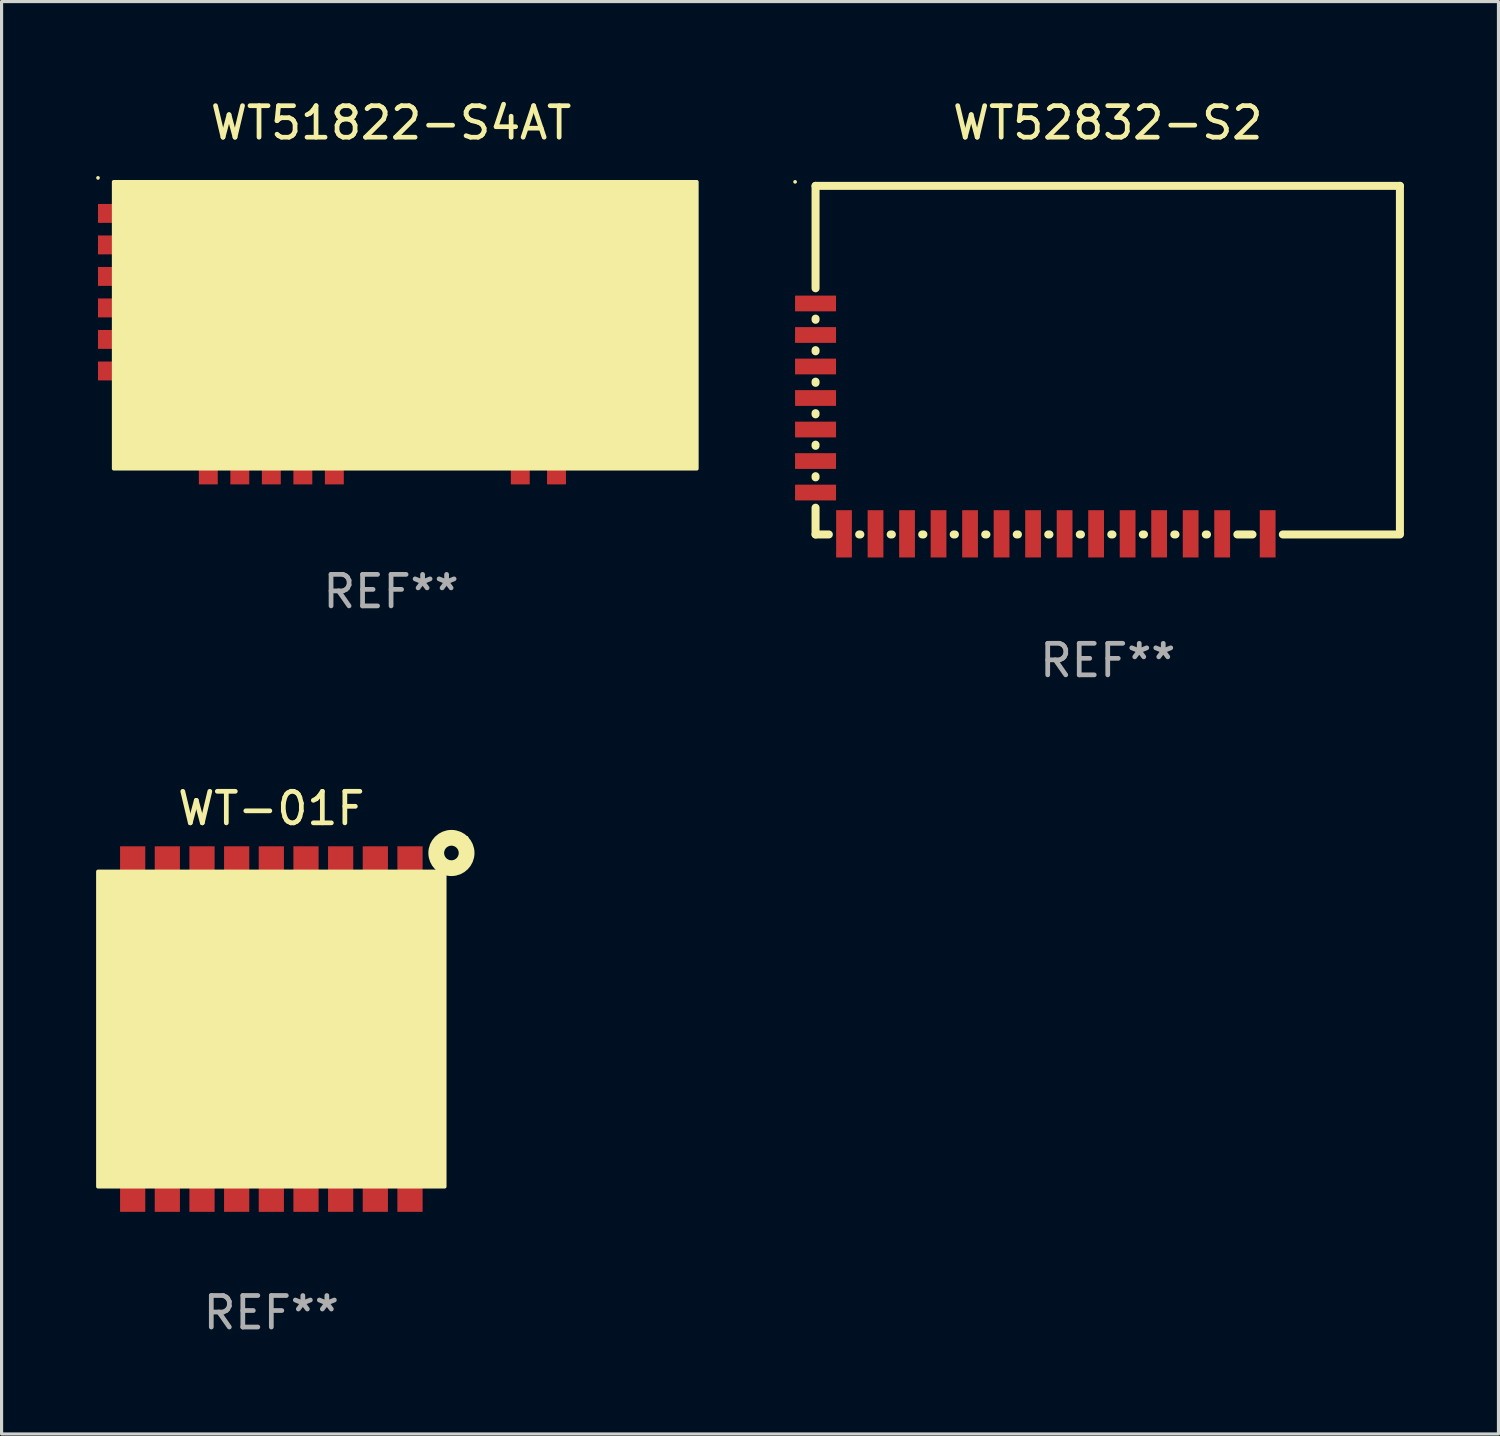
<source format=kicad_pcb>
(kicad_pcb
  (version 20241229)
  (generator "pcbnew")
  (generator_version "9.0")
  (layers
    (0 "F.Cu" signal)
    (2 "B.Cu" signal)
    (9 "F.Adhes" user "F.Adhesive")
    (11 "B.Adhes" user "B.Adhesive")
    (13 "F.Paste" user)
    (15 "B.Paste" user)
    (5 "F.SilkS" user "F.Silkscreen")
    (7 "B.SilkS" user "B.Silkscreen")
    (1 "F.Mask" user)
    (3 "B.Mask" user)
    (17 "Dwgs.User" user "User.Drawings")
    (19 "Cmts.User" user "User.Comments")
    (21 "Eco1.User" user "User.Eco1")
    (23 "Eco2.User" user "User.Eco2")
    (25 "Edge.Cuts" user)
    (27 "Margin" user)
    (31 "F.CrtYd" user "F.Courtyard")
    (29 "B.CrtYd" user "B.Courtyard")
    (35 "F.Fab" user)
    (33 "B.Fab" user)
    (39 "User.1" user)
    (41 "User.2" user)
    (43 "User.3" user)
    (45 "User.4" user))
  (footprint "WT-01F"
    (layer "F.Cu")
    (at 5.56 29.606)
    (property "Reference" "WT-01F" (at 0 -7 0) (layer "F.SilkS") (effects (font (size 1 1) (thickness 0.15))))
    (attr through_hole)
    (fp_circle (center 5.715 -5.588) (end 5.947 -5.588) (stroke (width 0.5) (type solid)) (fill no) (layer "F.SilkS"))
    (fp_circle (center 6.197 -6.07) (end 6.227 -6.07) (stroke (width 0.06) (type solid)) (fill no) (layer "F.SilkS"))
    (fp_poly (pts (xy -5.5 -5) (xy 5.5 -5) (xy 5.5 5) (xy -5.5 5)) (stroke (width 0.12) (type solid)) (fill yes) (layer "F.SilkS"))
    (fp_text user "WIFI" (at -3.761 -1.687 0) (layer "B.Mask") (effects (font (size 1 1) (thickness 0.15))))
    (fp_text user "REF**" (at 0 9 0) (layer "F.Fab") (effects (font (size 1 1) (thickness 0.15))))
    (pad "1" smd rect (at 4.4 -5 90) (size 1.6 0.8) (layers "F.Cu" "F.Mask" "F.Paste"))
    (pad "2" smd rect (at 3.3 -5 90) (size 1.6 0.8) (layers "F.Cu" "F.Mask" "F.Paste"))
    (pad "3" smd rect (at 2.2 -5 90) (size 1.6 0.8) (layers "F.Cu" "F.Mask" "F.Paste"))
    (pad "4" smd rect (at 1.1 -5 90) (size 1.6 0.8) (layers "F.Cu" "F.Mask" "F.Paste"))
    (pad "5" smd rect (at 0 -5 90) (size 1.6 0.8) (layers "F.Cu" "F.Mask" "F.Paste"))
    (pad "6" smd rect (at -1.1 -5 90) (size 1.6 0.8) (layers "F.Cu" "F.Mask" "F.Paste"))
    (pad "7" smd rect (at -2.2 -5 90) (size 1.6 0.8) (layers "F.Cu" "F.Mask" "F.Paste"))
    (pad "8" smd rect (at -3.3 -5 90) (size 1.6 0.8) (layers "F.Cu" "F.Mask" "F.Paste"))
    (pad "9" smd rect (at -4.4 -5 90) (size 1.6 0.8) (layers "F.Cu" "F.Mask" "F.Paste"))
    (pad "10" smd rect (at -4.4 5 270) (size 1.6 0.8) (layers "F.Cu" "F.Mask" "F.Paste"))
    (pad "11" smd rect (at -3.3 5 270) (size 1.6 0.8) (layers "F.Cu" "F.Mask" "F.Paste"))
    (pad "12" smd rect (at -2.2 5 270) (size 1.6 0.8) (layers "F.Cu" "F.Mask" "F.Paste"))
    (pad "13" smd rect (at -1.1 5 270) (size 1.6 0.8) (layers "F.Cu" "F.Mask" "F.Paste"))
    (pad "14" smd rect (at 0 5 270) (size 1.6 0.8) (layers "F.Cu" "F.Mask" "F.Paste"))
    (pad "15" smd rect (at 1.1 5 270) (size 1.6 0.8) (layers "F.Cu" "F.Mask" "F.Paste"))
    (pad "16" smd rect (at 2.2 5 270) (size 1.6 0.8) (layers "F.Cu" "F.Mask" "F.Paste"))
    (pad "17" smd rect (at 3.3 5 270) (size 1.6 0.8) (layers "F.Cu" "F.Mask" "F.Paste"))
    (pad "18" smd rect (at 4.4 5 270) (size 1.6 0.8) (layers "F.Cu" "F.Mask" "F.Paste"))
    (pad "19" smd rect (at -1.211 0.453 270) (size 3.9 3.9) (layers "F.Cu" "F.Mask" "F.Paste")))
  (footprint "WT52832-S2"
    (layer "F.Cu")
    (at 32.102 8.379)
    (property "Reference" "WT52832-S2" (at 0 -7.531 0) (layer "F.SilkS") (effects (font (size 1 1) (thickness 0.15))))
    (attr through_hole)
    (fp_line (start -9.272 -5.531) (end -9.272 -2.281) (stroke (width 0.254) (type solid)) (layer "F.SilkS"))
    (fp_line (start -9.272 -5.531) (end 9.272 -5.531) (stroke (width 0.254) (type solid)) (layer "F.SilkS"))
    (fp_line (start -9.272 -1.318) (end -9.272 -1.281) (stroke (width 0.254) (type solid)) (layer "F.SilkS"))
    (fp_line (start -9.272 -0.318) (end -9.272 -0.281) (stroke (width 0.254) (type solid)) (layer "F.SilkS"))
    (fp_line (start -9.272 0.682) (end -9.272 0.719) (stroke (width 0.254) (type solid)) (layer "F.SilkS"))
    (fp_line (start -9.272 1.682) (end -9.272 1.719) (stroke (width 0.254) (type solid)) (layer "F.SilkS"))
    (fp_line (start -9.272 2.682) (end -9.272 2.719) (stroke (width 0.254) (type solid)) (layer "F.SilkS"))
    (fp_line (start -9.272 3.682) (end -9.272 3.719) (stroke (width 0.254) (type solid)) (layer "F.SilkS"))
    (fp_line (start -9.272 4.682) (end -9.272 5.531) (stroke (width 0.254) (type solid)) (layer "F.SilkS"))
    (fp_line (start -9.272 5.531) (end -8.85 5.531) (stroke (width 0.254) (type solid)) (layer "F.SilkS"))
    (fp_line (start -7.888 5.531) (end -7.85 5.531) (stroke (width 0.254) (type solid)) (layer "F.SilkS"))
    (fp_line (start -6.888 5.531) (end -6.85 5.531) (stroke (width 0.254) (type solid)) (layer "F.SilkS"))
    (fp_line (start -5.888 5.531) (end -5.85 5.531) (stroke (width 0.254) (type solid)) (layer "F.SilkS"))
    (fp_line (start -4.888 5.531) (end -4.85 5.531) (stroke (width 0.254) (type solid)) (layer "F.SilkS"))
    (fp_line (start -3.888 5.531) (end -3.85 5.531) (stroke (width 0.254) (type solid)) (layer "F.SilkS"))
    (fp_line (start -2.888 5.531) (end -2.85 5.531) (stroke (width 0.254) (type solid)) (layer "F.SilkS"))
    (fp_line (start -1.888 5.531) (end -1.85 5.531) (stroke (width 0.254) (type solid)) (layer "F.SilkS"))
    (fp_line (start -0.888 5.531) (end -0.85 5.531) (stroke (width 0.254) (type solid)) (layer "F.SilkS"))
    (fp_line (start 0.112 5.531) (end 0.15 5.531) (stroke (width 0.254) (type solid)) (layer "F.SilkS"))
    (fp_line (start 1.112 5.531) (end 1.15 5.531) (stroke (width 0.254) (type solid)) (layer "F.SilkS"))
    (fp_line (start 2.112 5.531) (end 2.15 5.531) (stroke (width 0.254) (type solid)) (layer "F.SilkS"))
    (fp_line (start 3.112 5.531) (end 3.15 5.531) (stroke (width 0.254) (type solid)) (layer "F.SilkS"))
    (fp_line (start 4.112 5.531) (end 4.594 5.531) (stroke (width 0.254) (type solid)) (layer "F.SilkS"))
    (fp_line (start 5.556 5.531) (end 9.272 5.531) (stroke (width 0.254) (type solid)) (layer "F.SilkS"))
    (fp_line (start 9.272 -5.531) (end 9.272 5.495) (stroke (width 0.254) (type solid)) (layer "F.SilkS"))
    (fp_circle (center -9.922 -5.658) (end -9.892 -5.658) (stroke (width 0.06) (type solid)) (fill no) (layer "F.SilkS"))
    (fp_text user "REF**" (at 0 9.531 0) (layer "F.Fab") (effects (font (size 1 1) (thickness 0.15))))
    (pad "1" smd rect (at -9.272 -1.799 90) (size 0.5 1.3) (layers "F.Cu" "F.Mask" "F.Paste"))
    (pad "2" smd rect (at -9.272 -0.799 90) (size 0.5 1.3) (layers "F.Cu" "F.Mask" "F.Paste"))
    (pad "3" smd rect (at -9.272 0.201 90) (size 0.5 1.3) (layers "F.Cu" "F.Mask" "F.Paste"))
    (pad "4" smd rect (at -9.272 1.201 90) (size 0.5 1.3) (layers "F.Cu" "F.Mask" "F.Paste"))
    (pad "5" smd rect (at -9.272 2.201 90) (size 0.5 1.3) (layers "F.Cu" "F.Mask" "F.Paste"))
    (pad "6" smd rect (at -9.272 3.201 90) (size 0.5 1.3) (layers "F.Cu" "F.Mask" "F.Paste"))
    (pad "7" smd rect (at -9.272 4.201 90) (size 0.5 1.3) (layers "F.Cu" "F.Mask" "F.Paste"))
    (pad "8" smd rect (at -8.369 5.511 180) (size 0.5 1.5) (layers "F.Cu" "F.Mask" "F.Paste"))
    (pad "9" smd rect (at -7.369 5.511 180) (size 0.5 1.5) (layers "F.Cu" "F.Mask" "F.Paste"))
    (pad "10" smd rect (at -6.369 5.511 180) (size 0.5 1.5) (layers "F.Cu" "F.Mask" "F.Paste"))
    (pad "11" smd rect (at -5.369 5.511 180) (size 0.5 1.5) (layers "F.Cu" "F.Mask" "F.Paste"))
    (pad "12" smd rect (at -4.369 5.511 180) (size 0.5 1.5) (layers "F.Cu" "F.Mask" "F.Paste"))
    (pad "13" smd rect (at -3.369 5.511 180) (size 0.5 1.5) (layers "F.Cu" "F.Mask" "F.Paste"))
    (pad "14" smd rect (at -2.369 5.511 180) (size 0.5 1.5) (layers "F.Cu" "F.Mask" "F.Paste"))
    (pad "15" smd rect (at -1.369 5.511 180) (size 0.5 1.5) (layers "F.Cu" "F.Mask" "F.Paste"))
    (pad "16" smd rect (at -0.369 5.511 180) (size 0.5 1.5) (layers "F.Cu" "F.Mask" "F.Paste"))
    (pad "17" smd rect (at 0.631 5.511 180) (size 0.5 1.5) (layers "F.Cu" "F.Mask" "F.Paste"))
    (pad "18" smd rect (at 1.631 5.511 180) (size 0.5 1.5) (layers "F.Cu" "F.Mask" "F.Paste"))
    (pad "19" smd rect (at 2.631 5.511 180) (size 0.5 1.5) (layers "F.Cu" "F.Mask" "F.Paste"))
    (pad "20" smd rect (at 3.631 5.511 180) (size 0.5 1.5) (layers "F.Cu" "F.Mask" "F.Paste"))
    (pad "21" smd rect (at 5.075 5.511 180) (size 0.5 1.5) (layers "F.Cu" "F.Mask" "F.Paste")))
  (footprint "WT51822-S4AT"
    (layer "F.Cu")
    (at 9.36 7.285)
    (property "Reference" "WT51822-S4AT" (at 0 -6.436 0) (layer "F.SilkS") (effects (font (size 1 1) (thickness 0.15))))
    (attr through_hole)
    (fp_line (start 5.7 3.661) (end 5.7 -4.436) (stroke (width 0.254) (type solid)) (layer "F.SilkS"))
    (fp_line (start 6.7 -3.563) (end 8.7 -3.563) (stroke (width 0.254) (type solid)) (layer "F.SilkS"))
    (fp_line (start 7.7 -2.563) (end 7.7 -1.563) (stroke (width 0.254) (type solid)) (layer "F.SilkS"))
    (fp_line (start 7.7 -1.563) (end 8.7 -1.563) (stroke (width 0.254) (type solid)) (layer "F.SilkS"))
    (fp_line (start 7.7 -0.564) (end 7.7 0.436) (stroke (width 0.254) (type solid)) (layer "F.SilkS"))
    (fp_line (start 7.7 0.436) (end 8.7 0.436) (stroke (width 0.254) (type solid)) (layer "F.SilkS"))
    (fp_line (start 8.7 -3.563) (end 8.7 -2.563) (stroke (width 0.254) (type solid)) (layer "F.SilkS"))
    (fp_line (start 8.7 -2.563) (end 7.7 -2.563) (stroke (width 0.254) (type solid)) (layer "F.SilkS"))
    (fp_line (start 8.7 -1.563) (end 8.7 -0.564) (stroke (width 0.254) (type solid)) (layer "F.SilkS"))
    (fp_line (start 8.7 -0.564) (end 7.7 -0.564) (stroke (width 0.254) (type solid)) (layer "F.SilkS"))
    (fp_line (start 8.7 0.436) (end 8.7 1.437) (stroke (width 0.254) (type solid)) (layer "F.SilkS"))
    (fp_line (start 8.7 1.437) (end 5.7 1.437) (stroke (width 0.254) (type solid)) (layer "F.SilkS"))
    (fp_line (start 8.7 1.437) (end 8.7 1.437) (stroke (width 0.254) (type solid)) (layer "F.SilkS"))
    (fp_line (start 8.7 1.437) (end 8.7 1.437) (stroke (width 0.254) (type solid)) (layer "F.SilkS"))
    (fp_line (start 8.7 1.437) (end 8.7 2.437) (stroke (width 0.254) (type solid)) (layer "F.SilkS"))
    (fp_line (start 8.7 2.437) (end 5.7 2.437) (stroke (width 0.254) (type solid)) (layer "F.SilkS"))
    (fp_circle (center -9.3 -4.691) (end -9.27 -4.691) (stroke (width 0.06) (type solid)) (fill no) (layer "F.SilkS"))
    (fp_poly (pts (xy -8.8 -4.564) (xy 9.7 -4.564) (xy 9.7 4.537) (xy -8.8 4.537)) (stroke (width 0.12) (type solid)) (fill yes) (layer "F.SilkS"))
    (fp_text user "WIFI" (at -4.225 0.937 0) (layer "B.Mask") (effects (font (size 1 1) (thickness 0.15))))
    (fp_text user "REF**" (at 0 8.437 0) (layer "F.Fab") (effects (font (size 1 1) (thickness 0.15))))
    (pad "1" smd rect (at -8.7 -3.563) (size 1.2 0.6) (layers "F.Cu" "F.Mask" "F.Paste"))
    (pad "2" smd rect (at -8.7 -2.563) (size 1.2 0.6) (layers "F.Cu" "F.Mask" "F.Paste"))
    (pad "3" smd rect (at -8.7 -1.563) (size 1.2 0.6) (layers "F.Cu" "F.Mask" "F.Paste"))
    (pad "4" smd rect (at -8.7 -0.564) (size 1.2 0.6) (layers "F.Cu" "F.Mask" "F.Paste"))
    (pad "5" smd rect (at -8.7 0.436) (size 1.2 0.6) (layers "F.Cu" "F.Mask" "F.Paste"))
    (pad "6" smd rect (at -8.7 1.437) (size 1.2 0.6) (layers "F.Cu" "F.Mask" "F.Paste"))
    (pad "7" smd rect (at -5.8 4.436 90) (size 1.2 0.6) (layers "F.Cu" "F.Mask" "F.Paste"))
    (pad "8" smd rect (at -4.8 4.436 90) (size 1.2 0.6) (layers "F.Cu" "F.Mask" "F.Paste"))
    (pad "9" smd rect (at -3.8 4.436 90) (size 1.2 0.6) (layers "F.Cu" "F.Mask" "F.Paste"))
    (pad "10" smd rect (at -2.8 4.436 90) (size 1.2 0.6) (layers "F.Cu" "F.Mask" "F.Paste"))
    (pad "11" smd rect (at -1.8 4.436 90) (size 1.2 0.6) (layers "F.Cu" "F.Mask" "F.Paste"))
    (pad "12" smd rect (at 4.1 4.436 90) (size 1.2 0.6) (layers "F.Cu" "F.Mask" "F.Paste"))
    (pad "13" smd rect (at 5.25 4.436 90) (size 1.2 0.6) (layers "F.Cu" "F.Mask" "F.Paste")))
  (gr_rect
    (start -3 -3)
    (end 44.501 42.454)
    (stroke (width 0.1) (type default))
    (fill no)
    (layer "Edge.Cuts")))
</source>
